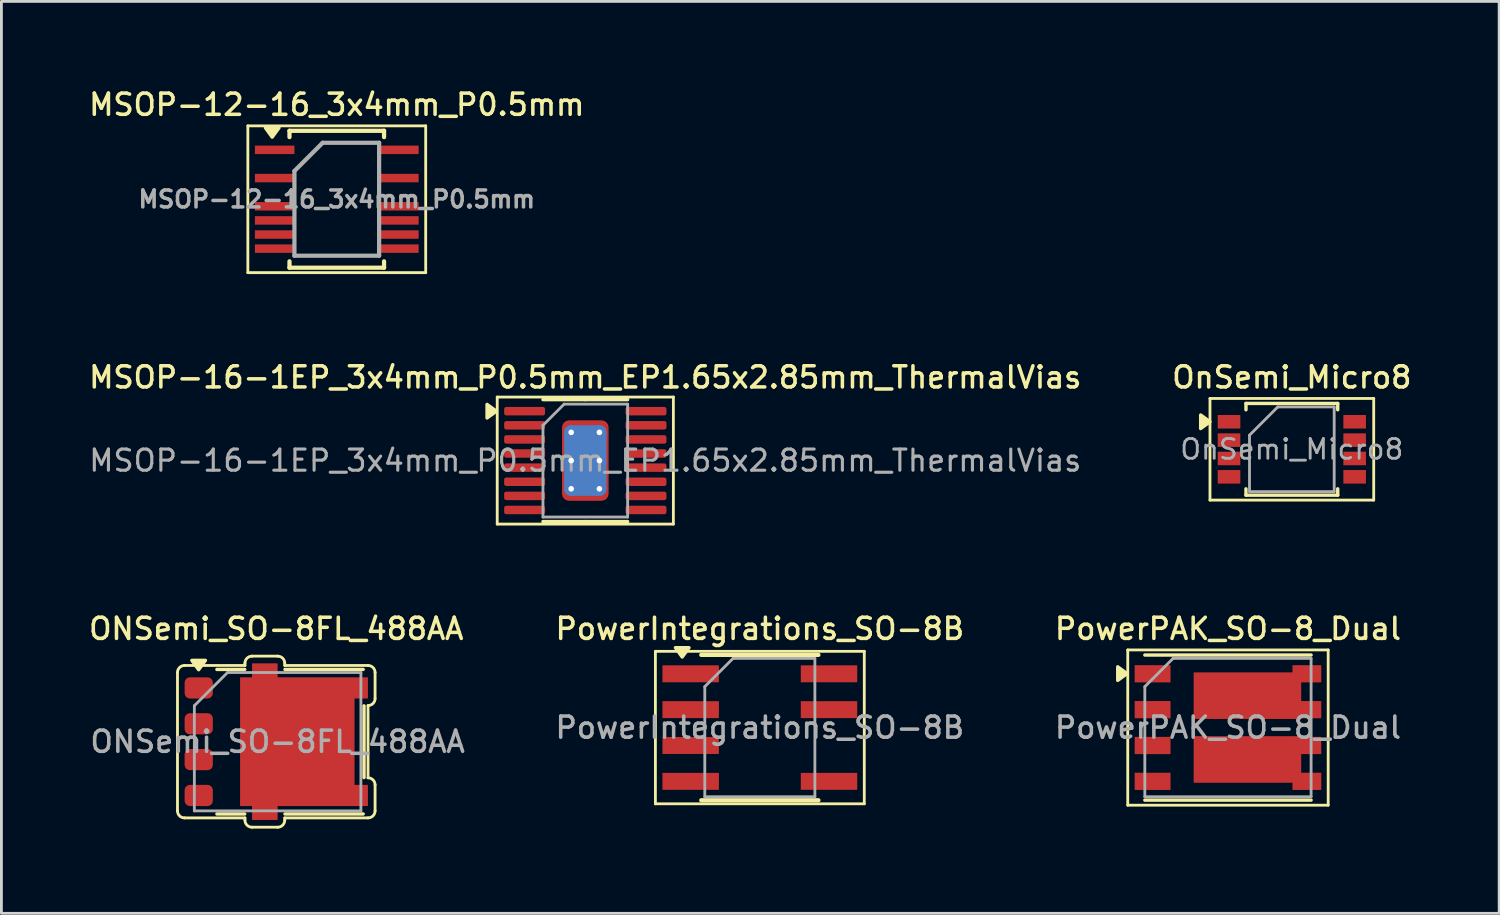
<source format=kicad_pcb>
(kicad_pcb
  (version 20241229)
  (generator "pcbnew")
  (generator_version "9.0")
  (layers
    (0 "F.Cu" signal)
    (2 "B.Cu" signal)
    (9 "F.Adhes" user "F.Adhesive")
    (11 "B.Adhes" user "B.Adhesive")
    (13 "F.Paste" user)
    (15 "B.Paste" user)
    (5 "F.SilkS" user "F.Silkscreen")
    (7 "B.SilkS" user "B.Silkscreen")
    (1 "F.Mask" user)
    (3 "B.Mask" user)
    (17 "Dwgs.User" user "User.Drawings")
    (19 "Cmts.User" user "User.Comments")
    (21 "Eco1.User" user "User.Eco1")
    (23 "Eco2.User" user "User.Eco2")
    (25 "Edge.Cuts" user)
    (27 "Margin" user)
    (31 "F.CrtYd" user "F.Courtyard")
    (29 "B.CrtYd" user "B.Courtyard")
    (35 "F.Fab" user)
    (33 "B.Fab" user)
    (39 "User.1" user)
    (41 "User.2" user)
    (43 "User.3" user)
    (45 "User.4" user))
  (footprint "MSOP-16-1EP_3x4mm_P0.5mm_EP1.65x2.85mm_ThermalVias"
    (layer "F.Cu")
    (at 17.684 13.266)
    (property "Reference" "MSOP-16-1EP_3x4mm_P0.5mm_EP1.65x2.85mm_ThermalVias" (at 0 -2.95 0) (layer "F.SilkS") (effects (font (size 0.75 0.75) (thickness 0.125))))
    (attr smd)
    (fp_line (start -3.12 -2.25) (end -3.12 2.25) (stroke (width 0.1) (type solid)) (layer "F.SilkS"))
    (fp_line (start -3.12 2.25) (end 3.12 2.25) (stroke (width 0.1) (type solid)) (layer "F.SilkS"))
    (fp_line (start -1.5 -2.16) (end 0 -2.16) (stroke (width 0.12) (type solid)) (layer "F.SilkS"))
    (fp_line (start 0 -2.16) (end 1.5 -2.16) (stroke (width 0.12) (type solid)) (layer "F.SilkS"))
    (fp_line (start 0 2.16) (end -1.5 2.16) (stroke (width 0.12) (type solid)) (layer "F.SilkS"))
    (fp_line (start 0 2.16) (end 1.5 2.16) (stroke (width 0.12) (type solid)) (layer "F.SilkS"))
    (fp_line (start 3.12 -2.25) (end -3.12 -2.25) (stroke (width 0.1) (type solid)) (layer "F.SilkS"))
    (fp_line (start 3.12 2.25) (end 3.12 -2.25) (stroke (width 0.1) (type solid)) (layer "F.SilkS"))
    (fp_poly (pts (xy -3.15 -1.75) (xy -3.48 -1.99) (xy -3.48 -1.51) (xy -3.15 -1.75)) (stroke (width 0.12) (type solid)) (fill yes) (layer "F.SilkS"))
    (fp_line (start -1.5 -1.25) (end -0.75 -2) (stroke (width 0.1) (type solid)) (layer "F.Fab"))
    (fp_line (start -1.5 2) (end -1.5 -1.25) (stroke (width 0.1) (type solid)) (layer "F.Fab"))
    (fp_line (start -0.75 -2) (end 1.5 -2) (stroke (width 0.1) (type solid)) (layer "F.Fab"))
    (fp_line (start 1.5 -2) (end 1.5 2) (stroke (width 0.1) (type solid)) (layer "F.Fab"))
    (fp_line (start 1.5 2) (end -1.5 2) (stroke (width 0.1) (type solid)) (layer "F.Fab"))
    (fp_text user "${REFERENCE}" (at 0 0 0) (layer "F.Fab") (effects (font (size 0.75 0.75) (thickness 0.11))))
    (pad "" smd roundrect (at -0.41 -0.71) (size 0.69 1.19) (layers "F.Paste") (roundrect_rratio 0.25))
    (pad "" smd roundrect (at -0.41 0.71) (size 0.69 1.19) (layers "F.Paste") (roundrect_rratio 0.25))
    (pad "" smd roundrect (at 0.41 -0.71) (size 0.69 1.19) (layers "F.Paste") (roundrect_rratio 0.25))
    (pad "" smd roundrect (at 0.41 0.71) (size 0.69 1.19) (layers "F.Paste") (roundrect_rratio 0.25))
    (pad "1" smd roundrect (at -2.15 -1.75) (size 1.45 0.3) (layers "F.Cu" "F.Mask" "F.Paste") (roundrect_rratio 0.25))
    (pad "2" smd roundrect (at -2.15 -1.25) (size 1.45 0.3) (layers "F.Cu" "F.Mask" "F.Paste") (roundrect_rratio 0.25))
    (pad "3" smd roundrect (at -2.15 -0.75) (size 1.45 0.3) (layers "F.Cu" "F.Mask" "F.Paste") (roundrect_rratio 0.25))
    (pad "4" smd roundrect (at -2.15 -0.25) (size 1.45 0.3) (layers "F.Cu" "F.Mask" "F.Paste") (roundrect_rratio 0.25))
    (pad "5" smd roundrect (at -2.15 0.25) (size 1.45 0.3) (layers "F.Cu" "F.Mask" "F.Paste") (roundrect_rratio 0.25))
    (pad "6" smd roundrect (at -2.15 0.75) (size 1.45 0.3) (layers "F.Cu" "F.Mask" "F.Paste") (roundrect_rratio 0.25))
    (pad "7" smd roundrect (at -2.15 1.25) (size 1.45 0.3) (layers "F.Cu" "F.Mask" "F.Paste") (roundrect_rratio 0.25))
    (pad "8" smd roundrect (at -2.15 1.75) (size 1.45 0.3) (layers "F.Cu" "F.Mask" "F.Paste") (roundrect_rratio 0.25))
    (pad "9" smd roundrect (at 2.15 1.75) (size 1.45 0.3) (layers "F.Cu" "F.Mask" "F.Paste") (roundrect_rratio 0.25))
    (pad "10" smd roundrect (at 2.15 1.25) (size 1.45 0.3) (layers "F.Cu" "F.Mask" "F.Paste") (roundrect_rratio 0.25))
    (pad "11" smd roundrect (at 2.15 0.75) (size 1.45 0.3) (layers "F.Cu" "F.Mask" "F.Paste") (roundrect_rratio 0.25))
    (pad "12" smd roundrect (at 2.15 0.25) (size 1.45 0.3) (layers "F.Cu" "F.Mask" "F.Paste") (roundrect_rratio 0.25))
    (pad "13" smd roundrect (at 2.15 -0.25) (size 1.45 0.3) (layers "F.Cu" "F.Mask" "F.Paste") (roundrect_rratio 0.25))
    (pad "14" smd roundrect (at 2.15 -0.75) (size 1.45 0.3) (layers "F.Cu" "F.Mask" "F.Paste") (roundrect_rratio 0.25))
    (pad "15" smd roundrect (at 2.15 -1.25) (size 1.45 0.3) (layers "F.Cu" "F.Mask" "F.Paste") (roundrect_rratio 0.25))
    (pad "16" smd roundrect (at 2.15 -1.75) (size 1.45 0.3) (layers "F.Cu" "F.Mask" "F.Paste") (roundrect_rratio 0.25))
    (pad "17" thru_hole circle (at -0.5 -1) (size 0.5 0.5) (drill 0.2) (layers "*.Cu"))
    (pad "17" thru_hole circle (at -0.5 0) (size 0.5 0.5) (drill 0.2) (layers "*.Cu"))
    (pad "17" thru_hole circle (at -0.5 1) (size 0.5 0.5) (drill 0.2) (layers "*.Cu"))
    (pad "17" smd roundrect (at 0 0) (size 1.5 2.5) (layers "B.Cu") (roundrect_rratio 0.167))
    (pad "17" smd roundrect (at 0 0) (size 1.65 2.85) (layers "F.Cu" "F.Mask") (roundrect_rratio 0.152))
    (pad "17" thru_hole circle (at 0.5 -1) (size 0.5 0.5) (drill 0.2) (layers "*.Cu"))
    (pad "17" thru_hole circle (at 0.5 0) (size 0.5 0.5) (drill 0.2) (layers "*.Cu"))
    (pad "17" thru_hole circle (at 0.5 1) (size 0.5 0.5) (drill 0.2) (layers "*.Cu")))
  (footprint "MSOP-12-16_3x4mm_P0.5mm"
    (layer "F.Cu")
    (at 8.88 4.008)
    (property "Reference" "MSOP-12-16_3x4mm_P0.5mm" (at 0 -3.35 0) (layer "F.SilkS") (effects (font (size 0.75 0.75) (thickness 0.125))))
    (attr smd)
    (fp_line (start -3.15 -2.6) (end -3.15 2.6) (stroke (width 0.1) (type solid)) (layer "F.SilkS"))
    (fp_line (start -3.15 -2.6) (end 3.15 -2.6) (stroke (width 0.1) (type solid)) (layer "F.SilkS"))
    (fp_line (start -3.15 2.6) (end 3.15 2.6) (stroke (width 0.1) (type solid)) (layer "F.SilkS"))
    (fp_line (start -1.675 -2.425) (end -1.675 -2.2) (stroke (width 0.15) (type solid)) (layer "F.SilkS"))
    (fp_line (start -1.675 -2.425) (end 1.675 -2.425) (stroke (width 0.15) (type solid)) (layer "F.SilkS"))
    (fp_line (start -1.675 2.425) (end -1.675 2.2) (stroke (width 0.15) (type solid)) (layer "F.SilkS"))
    (fp_line (start -1.675 2.425) (end 1.675 2.425) (stroke (width 0.15) (type solid)) (layer "F.SilkS"))
    (fp_line (start 1.675 -2.425) (end 1.675 -2.2) (stroke (width 0.15) (type solid)) (layer "F.SilkS"))
    (fp_line (start 1.675 2.425) (end 1.675 2.2) (stroke (width 0.15) (type solid)) (layer "F.SilkS"))
    (fp_line (start 3.15 -2.6) (end 3.15 2.6) (stroke (width 0.1) (type solid)) (layer "F.SilkS"))
    (fp_poly (pts (xy -2.288 -2.2) (xy -2.527 -2.53) (xy -2.047 -2.53) (xy -2.288 -2.2)) (stroke (width 0.12) (type solid)) (fill yes) (layer "F.SilkS"))
    (fp_line (start -1.5 -1) (end -0.5 -2) (stroke (width 0.15) (type solid)) (layer "F.Fab"))
    (fp_line (start -1.5 2) (end -1.5 -1) (stroke (width 0.15) (type solid)) (layer "F.Fab"))
    (fp_line (start -0.5 -2) (end 1.5 -2) (stroke (width 0.15) (type solid)) (layer "F.Fab"))
    (fp_line (start 1.5 -2) (end 1.5 2) (stroke (width 0.15) (type solid)) (layer "F.Fab"))
    (fp_line (start 1.5 2) (end -1.5 2) (stroke (width 0.15) (type solid)) (layer "F.Fab"))
    (fp_text user "${REFERENCE}" (at 0 0 0) (layer "F.Fab") (effects (font (size 0.6 0.6) (thickness 0.125))))
    (pad "1" smd rect (at -2.2 -1.75) (size 1.4 0.3) (layers "F.Cu" "F.Mask" "F.Paste"))
    (pad "3" smd rect (at -2.2 -0.75) (size 1.4 0.3) (layers "F.Cu" "F.Mask" "F.Paste"))
    (pad "5" smd rect (at -2.2 0.25) (size 1.4 0.3) (layers "F.Cu" "F.Mask" "F.Paste"))
    (pad "6" smd rect (at -2.2 0.75) (size 1.4 0.3) (layers "F.Cu" "F.Mask" "F.Paste"))
    (pad "7" smd rect (at -2.2 1.25) (size 1.4 0.3) (layers "F.Cu" "F.Mask" "F.Paste"))
    (pad "8" smd rect (at -2.2 1.75) (size 1.4 0.3) (layers "F.Cu" "F.Mask" "F.Paste"))
    (pad "9" smd rect (at 2.2 1.75) (size 1.4 0.3) (layers "F.Cu" "F.Mask" "F.Paste"))
    (pad "10" smd rect (at 2.2 1.25) (size 1.4 0.3) (layers "F.Cu" "F.Mask" "F.Paste"))
    (pad "11" smd rect (at 2.2 0.75) (size 1.4 0.3) (layers "F.Cu" "F.Mask" "F.Paste"))
    (pad "12" smd rect (at 2.2 0.25) (size 1.4 0.3) (layers "F.Cu" "F.Mask" "F.Paste"))
    (pad "14" smd rect (at 2.2 -0.75) (size 1.4 0.3) (layers "F.Cu" "F.Mask" "F.Paste"))
    (pad "16" smd rect (at 2.2 -1.75) (size 1.4 0.3) (layers "F.Cu" "F.Mask" "F.Paste")))
  (footprint "OnSemi_Micro8"
    (layer "F.Cu")
    (at 42.713 12.866)
    (property "Reference" "OnSemi_Micro8" (at 0 -2.55 0) (layer "F.SilkS") (effects (font (size 0.75 0.75) (thickness 0.125))))
    (attr smd)
    (fp_line (start -2.9 -1.8) (end -2.9 1.8) (stroke (width 0.1) (type solid)) (layer "F.SilkS"))
    (fp_line (start -2.9 -1.8) (end 2.9 -1.8) (stroke (width 0.1) (type solid)) (layer "F.SilkS"))
    (fp_line (start -2.9 1.8) (end 2.9 1.8) (stroke (width 0.1) (type solid)) (layer "F.SilkS"))
    (fp_line (start -1.625 -1.625) (end 1.625 -1.625) (stroke (width 0.12) (type solid)) (layer "F.SilkS"))
    (fp_line (start -1.625 -1.4) (end -1.625 -1.625) (stroke (width 0.12) (type solid)) (layer "F.SilkS"))
    (fp_line (start -1.625 1.625) (end -1.625 1.4) (stroke (width 0.12) (type solid)) (layer "F.SilkS"))
    (fp_line (start -1.625 1.625) (end 1.625 1.625) (stroke (width 0.12) (type solid)) (layer "F.SilkS"))
    (fp_line (start 1.625 -1.625) (end 1.625 -1.4) (stroke (width 0.12) (type solid)) (layer "F.SilkS"))
    (fp_line (start 1.625 1.625) (end 1.625 1.4) (stroke (width 0.12) (type solid)) (layer "F.SilkS"))
    (fp_line (start 2.9 -1.8) (end 2.9 1.8) (stroke (width 0.1) (type solid)) (layer "F.SilkS"))
    (fp_poly (pts (xy -2.9 -0.975) (xy -3.23 -1.215) (xy -3.23 -0.735) (xy -2.9 -0.975)) (stroke (width 0.12) (type solid)) (fill yes) (layer "F.SilkS"))
    (fp_line (start -1.5 -0.5) (end -0.5 -1.5) (stroke (width 0.1) (type solid)) (layer "F.Fab"))
    (fp_line (start -1.5 1.5) (end -1.5 -0.5) (stroke (width 0.1) (type solid)) (layer "F.Fab"))
    (fp_line (start -0.5 -1.5) (end 1.5 -1.5) (stroke (width 0.1) (type solid)) (layer "F.Fab"))
    (fp_line (start 1.5 -1.5) (end 1.5 1.5) (stroke (width 0.1) (type solid)) (layer "F.Fab"))
    (fp_line (start 1.5 1.5) (end -1.5 1.5) (stroke (width 0.1) (type solid)) (layer "F.Fab"))
    (fp_text user "${REFERENCE}" (at 0 0 0) (layer "F.Fab") (effects (font (size 0.7 0.7) (thickness 0.1))))
    (pad "1" smd rect (at -2.225 -0.975) (size 0.8 0.48) (layers "F.Cu" "F.Mask" "F.Paste"))
    (pad "2" smd rect (at -2.225 -0.325) (size 0.8 0.48) (layers "F.Cu" "F.Mask" "F.Paste"))
    (pad "3" smd rect (at -2.225 0.325) (size 0.8 0.48) (layers "F.Cu" "F.Mask" "F.Paste"))
    (pad "4" smd rect (at -2.225 0.975) (size 0.8 0.48) (layers "F.Cu" "F.Mask" "F.Paste"))
    (pad "5" smd rect (at 2.225 0.975) (size 0.8 0.48) (layers "F.Cu" "F.Mask" "F.Paste"))
    (pad "6" smd rect (at 2.225 0.325) (size 0.8 0.48) (layers "F.Cu" "F.Mask" "F.Paste"))
    (pad "7" smd rect (at 2.225 -0.325) (size 0.8 0.48) (layers "F.Cu" "F.Mask" "F.Paste"))
    (pad "8" smd rect (at 2.225 -0.975) (size 0.8 0.48) (layers "F.Cu" "F.Mask" "F.Paste")))
  (footprint "ONSemi_SO-8FL_488AA"
    (layer "F.Cu")
    (at 6.737 23.224)
    (property "Reference" "ONSemi_SO-8FL_488AA" (at 0 -4 0) (layer "F.SilkS") (effects (font (size 0.75 0.75) (thickness 0.125))))
    (attr smd)
    (fp_line (start -3.5 2.45) (end -3.5 -2.45) (stroke (width 0.1) (type solid)) (layer "F.SilkS"))
    (fp_line (start -3.25 -2.7) (end -1.11 -2.7) (stroke (width 0.1) (type solid)) (layer "F.SilkS"))
    (fp_line (start -3.25 2.7) (end -1.11 2.7) (stroke (width 0.1) (type solid)) (layer "F.SilkS"))
    (fp_line (start -1.118 -2.56) (end -2.103 -2.56) (stroke (width 0.12) (type solid)) (layer "F.SilkS"))
    (fp_line (start -1.118 2.56) (end -2.103 2.56) (stroke (width 0.12) (type solid)) (layer "F.SilkS"))
    (fp_line (start -1.11 -2.78) (end -1.11 -2.7) (stroke (width 0.1) (type solid)) (layer "F.SilkS"))
    (fp_line (start -1.11 2.7) (end -1.11 2.78) (stroke (width 0.1) (type solid)) (layer "F.SilkS"))
    (fp_line (start -0.86 -3.03) (end 0.05 -3.03) (stroke (width 0.1) (type solid)) (layer "F.SilkS"))
    (fp_line (start -0.86 3.03) (end 0.05 3.03) (stroke (width 0.1) (type solid)) (layer "F.SilkS"))
    (fp_line (start 0.3 -2.7) (end 0.3 -2.78) (stroke (width 0.1) (type solid)) (layer "F.SilkS"))
    (fp_line (start 0.3 -2.7) (end 3.25 -2.7) (stroke (width 0.1) (type solid)) (layer "F.SilkS"))
    (fp_line (start 0.3 2.7) (end 3.25 2.7) (stroke (width 0.1) (type solid)) (layer "F.SilkS"))
    (fp_line (start 0.3 2.78) (end 0.3 2.7) (stroke (width 0.1) (type solid)) (layer "F.SilkS"))
    (fp_line (start 3.078 -2.56) (end 0.308 -2.56) (stroke (width 0.12) (type solid)) (layer "F.SilkS"))
    (fp_line (start 3.078 2.56) (end 0.308 2.56) (stroke (width 0.12) (type solid)) (layer "F.SilkS"))
    (fp_line (start 3.108 -1.27) (end 3.108 1.27) (stroke (width 0.12) (type solid)) (layer "F.SilkS"))
    (fp_line (start 3.25 1.28) (end 3.25 -1.28) (stroke (width 0.1) (type solid)) (layer "F.SilkS"))
    (fp_line (start 3.5 -1.53) (end 3.5 -2.45) (stroke (width 0.1) (type solid)) (layer "F.SilkS"))
    (fp_line (start 3.5 2.45) (end 3.5 1.53) (stroke (width 0.1) (type solid)) (layer "F.SilkS"))
    (fp_arc (start -3.5 -2.45) (mid -3.426777 -2.626777) (end -3.25 -2.7) (stroke (width 0.1) (type solid)) (layer "F.SilkS"))
    (fp_arc (start -3.25 2.7) (mid -3.426777 2.626777) (end -3.5 2.45) (stroke (width 0.1) (type solid)) (layer "F.SilkS"))
    (fp_arc (start -1.11 -2.78) (mid -1.036777 -2.956777) (end -0.86 -3.03) (stroke (width 0.1) (type solid)) (layer "F.SilkS"))
    (fp_arc (start -0.86 3.03) (mid -1.036777 2.956777) (end -1.11 2.78) (stroke (width 0.1) (type solid)) (layer "F.SilkS"))
    (fp_arc (start 0.05 -3.03) (mid 0.226777 -2.956777) (end 0.3 -2.78) (stroke (width 0.1) (type solid)) (layer "F.SilkS"))
    (fp_arc (start 0.3 2.78) (mid 0.226777 2.956777) (end 0.05 3.03) (stroke (width 0.1) (type solid)) (layer "F.SilkS"))
    (fp_arc (start 3.25 -2.7) (mid 3.426777 -2.626777) (end 3.5 -2.45) (stroke (width 0.1) (type solid)) (layer "F.SilkS"))
    (fp_arc (start 3.25 1.28) (mid 3.426777 1.353223) (end 3.5 1.53) (stroke (width 0.1) (type solid)) (layer "F.SilkS"))
    (fp_arc (start 3.5 -1.53) (mid 3.426777 -1.353223) (end 3.25 -1.28) (stroke (width 0.1) (type solid)) (layer "F.SilkS"))
    (fp_arc (start 3.5 2.45) (mid 3.426777 2.626777) (end 3.25 2.7) (stroke (width 0.1) (type solid)) (layer "F.SilkS"))
    (fp_poly (pts (xy -2.75 -2.55) (xy -2.51 -2.88) (xy -2.99 -2.88) (xy -2.75 -2.55)) (stroke (width 0.12) (type solid)) (fill yes) (layer "F.SilkS"))
    (fp_line (start -2.902 -1.275) (end -2.902 2.45) (stroke (width 0.1) (type solid)) (layer "F.Fab"))
    (fp_line (start -1.727 -2.45) (end -2.902 -1.275) (stroke (width 0.1) (type solid)) (layer "F.Fab"))
    (fp_line (start 2.998 -2.45) (end -1.727 -2.45) (stroke (width 0.1) (type solid)) (layer "F.Fab"))
    (fp_line (start 2.998 -2.45) (end 2.998 2.45) (stroke (width 0.1) (type solid)) (layer "F.Fab"))
    (fp_line (start 2.998 2.45) (end -2.902 2.45) (stroke (width 0.1) (type solid)) (layer "F.Fab"))
    (fp_text user "${REFERENCE}" (at 0.048 0 0) (layer "F.Fab") (effects (font (size 0.75 0.75) (thickness 0.125))))
    (pad "1" smd roundrect (at -2.747 -1.905) (size 1 0.75) (layers "F.Cu" "F.Mask" "F.Paste") (roundrect_rratio 0.25))
    (pad "2" smd roundrect (at -2.747 -0.635) (size 1 0.75) (layers "F.Cu" "F.Mask" "F.Paste") (roundrect_rratio 0.25))
    (pad "3" smd roundrect (at -2.747 0.635) (size 1 0.75) (layers "F.Cu" "F.Mask" "F.Paste") (roundrect_rratio 0.25))
    (pad "4" smd roundrect (at -2.747 1.905) (size 1 0.75) (layers "F.Cu" "F.Mask" "F.Paste") (roundrect_rratio 0.25))
    (pad "5" smd custom (at 0.745 0) (size 4.055 4.56) (layers "F.Cu" "F.Mask" "F.Paste") (options (anchor rect)) (primitives (gr_poly (pts (xy -0.698 -2.28) (xy 2.502 -2.28) (xy 2.502 -1.53) (xy 1.905 -1.53) (xy 1.905 1.53) (xy 2.502 1.53) (xy 2.502 2.28) (xy -0.698 2.28) (xy -0.698 2.775) (xy -1.603 2.775) (xy -1.603 -2.775) (xy -0.698 -2.775)) (width 0) (fill yes)))))
  (footprint "PowerPAK_SO-8_Dual"
    (layer "F.Cu")
    (at 40.45 22.724)
    (property "Reference" "PowerPAK_SO-8_Dual" (at 0 -3.5 0) (layer "F.SilkS") (effects (font (size 0.75 0.75) (thickness 0.125))))
    (attr smd)
    (fp_line (start -3.55 -2.75) (end -3.55 2.75) (stroke (width 0.1) (type solid)) (layer "F.SilkS"))
    (fp_line (start -3.55 -2.75) (end 3.55 -2.75) (stroke (width 0.1) (type solid)) (layer "F.SilkS"))
    (fp_line (start -3.55 2.75) (end 3.55 2.75) (stroke (width 0.1) (type solid)) (layer "F.SilkS"))
    (fp_line (start -2.945 -2.57) (end 2.945 -2.57) (stroke (width 0.12) (type solid)) (layer "F.SilkS"))
    (fp_line (start -2.945 2.57) (end 2.945 2.57) (stroke (width 0.12) (type solid)) (layer "F.SilkS"))
    (fp_line (start 3.55 -2.75) (end 3.55 2.75) (stroke (width 0.1) (type solid)) (layer "F.SilkS"))
    (fp_poly (pts (xy -3.575 -1.912) (xy -3.905 -2.152) (xy -3.905 -1.672) (xy -3.575 -1.912)) (stroke (width 0.12) (type solid)) (fill yes) (layer "F.SilkS"))
    (fp_line (start -2.945 2.45) (end -2.945 -1.45) (stroke (width 0.1) (type solid)) (layer "F.Fab"))
    (fp_line (start -1.945 -2.45) (end -2.945 -1.45) (stroke (width 0.1) (type solid)) (layer "F.Fab"))
    (fp_line (start -1.945 -2.45) (end 2.945 -2.45) (stroke (width 0.1) (type solid)) (layer "F.Fab"))
    (fp_line (start 2.945 -2.45) (end 2.945 2.45) (stroke (width 0.1) (type solid)) (layer "F.Fab"))
    (fp_line (start 2.945 2.45) (end -2.945 2.45) (stroke (width 0.1) (type solid)) (layer "F.Fab"))
    (fp_text user "${REFERENCE}" (at 0 0 0) (layer "F.Fab") (effects (font (size 0.75 0.75) (thickness 0.125))))
    (pad "1" smd rect (at -2.67 -1.905) (size 1.27 0.61) (layers "F.Cu" "F.Mask" "F.Paste"))
    (pad "2" smd rect (at -2.67 -0.635) (size 1.27 0.61) (layers "F.Cu" "F.Mask" "F.Paste"))
    (pad "3" smd rect (at -2.67 0.635) (size 1.27 0.61) (layers "F.Cu" "F.Mask" "F.Paste"))
    (pad "4" smd rect (at -2.67 1.905) (size 1.27 0.61) (layers "F.Cu" "F.Mask" "F.Paste"))
    (pad "5" smd rect (at 0.69 -1.13) (size 3.81 1.65) (layers "F.Cu" "F.Mask" "F.Paste"))
    (pad "5" smd rect (at 2.795 -1.905) (size 1.02 0.61) (layers "F.Cu" "F.Mask" "F.Paste"))
    (pad "5" smd rect (at 2.795 -0.635) (size 1.02 0.61) (layers "F.Cu" "F.Mask" "F.Paste"))
    (pad "6" smd rect (at 0.69 1.13) (size 3.81 1.65) (layers "F.Cu" "F.Mask" "F.Paste"))
    (pad "6" smd rect (at 2.795 0.635) (size 1.02 0.61) (layers "F.Cu" "F.Mask" "F.Paste"))
    (pad "6" smd rect (at 2.795 1.905) (size 1.02 0.61) (layers "F.Cu" "F.Mask" "F.Paste")))
  (footprint "PowerIntegrations_SO-8B"
    (layer "F.Cu")
    (at 23.867 22.724)
    (property "Reference" "PowerIntegrations_SO-8B" (at 0 -3.5 0) (layer "F.SilkS") (effects (font (size 0.75 0.75) (thickness 0.125))))
    (attr smd)
    (fp_line (start -3.7 -2.7) (end -3.7 2.7) (stroke (width 0.1) (type solid)) (layer "F.SilkS"))
    (fp_line (start -3.7 -2.7) (end 3.7 -2.7) (stroke (width 0.1) (type solid)) (layer "F.SilkS"))
    (fp_line (start -2.075 -2.575) (end 2.075 -2.575) (stroke (width 0.15) (type solid)) (layer "F.SilkS"))
    (fp_line (start -2.075 2.575) (end 2.075 2.575) (stroke (width 0.15) (type solid)) (layer "F.SilkS"))
    (fp_line (start 3.7 2.7) (end -3.7 2.7) (stroke (width 0.1) (type solid)) (layer "F.SilkS"))
    (fp_line (start 3.7 2.7) (end 3.7 -2.7) (stroke (width 0.1) (type solid)) (layer "F.SilkS"))
    (fp_poly (pts (xy -2.75 -2.5) (xy -2.51 -2.83) (xy -2.99 -2.83) (xy -2.75 -2.5)) (stroke (width 0.12) (type solid)) (fill yes) (layer "F.SilkS"))
    (fp_line (start -1.95 -1.45) (end -0.95 -2.45) (stroke (width 0.1) (type solid)) (layer "F.Fab"))
    (fp_line (start -1.95 2.45) (end -1.95 -1.45) (stroke (width 0.1) (type solid)) (layer "F.Fab"))
    (fp_line (start -0.95 -2.45) (end 1.95 -2.45) (stroke (width 0.1) (type solid)) (layer "F.Fab"))
    (fp_line (start 1.95 -2.45) (end 1.95 2.45) (stroke (width 0.1) (type solid)) (layer "F.Fab"))
    (fp_line (start 1.95 2.45) (end -1.95 2.45) (stroke (width 0.1) (type solid)) (layer "F.Fab"))
    (fp_text user "${REFERENCE}" (at 0 0 0) (layer "F.Fab") (effects (font (size 0.75 0.75) (thickness 0.125))))
    (pad "1" smd rect (at -2.45 -1.905) (size 2 0.6) (layers "F.Cu" "F.Mask" "F.Paste"))
    (pad "2" smd rect (at -2.45 -0.635) (size 2 0.6) (layers "F.Cu" "F.Mask" "F.Paste"))
    (pad "3" smd rect (at -2.45 0.635) (size 2 0.6) (layers "F.Cu" "F.Mask" "F.Paste"))
    (pad "4" smd rect (at -2.45 1.905) (size 2 0.6) (layers "F.Cu" "F.Mask" "F.Paste"))
    (pad "5" smd rect (at 2.45 1.905) (size 2 0.6) (layers "F.Cu" "F.Mask" "F.Paste"))
    (pad "7" smd rect (at 2.45 -0.635) (size 2 0.6) (layers "F.Cu" "F.Mask" "F.Paste"))
    (pad "8" smd rect (at 2.45 -1.905) (size 2 0.6) (layers "F.Cu" "F.Mask" "F.Paste")))
  (gr_rect
    (start -3 -3)
    (end 50.057 29.304)
    (stroke (width 0.1) (type default))
    (fill no)
    (layer "Edge.Cuts")))
</source>
